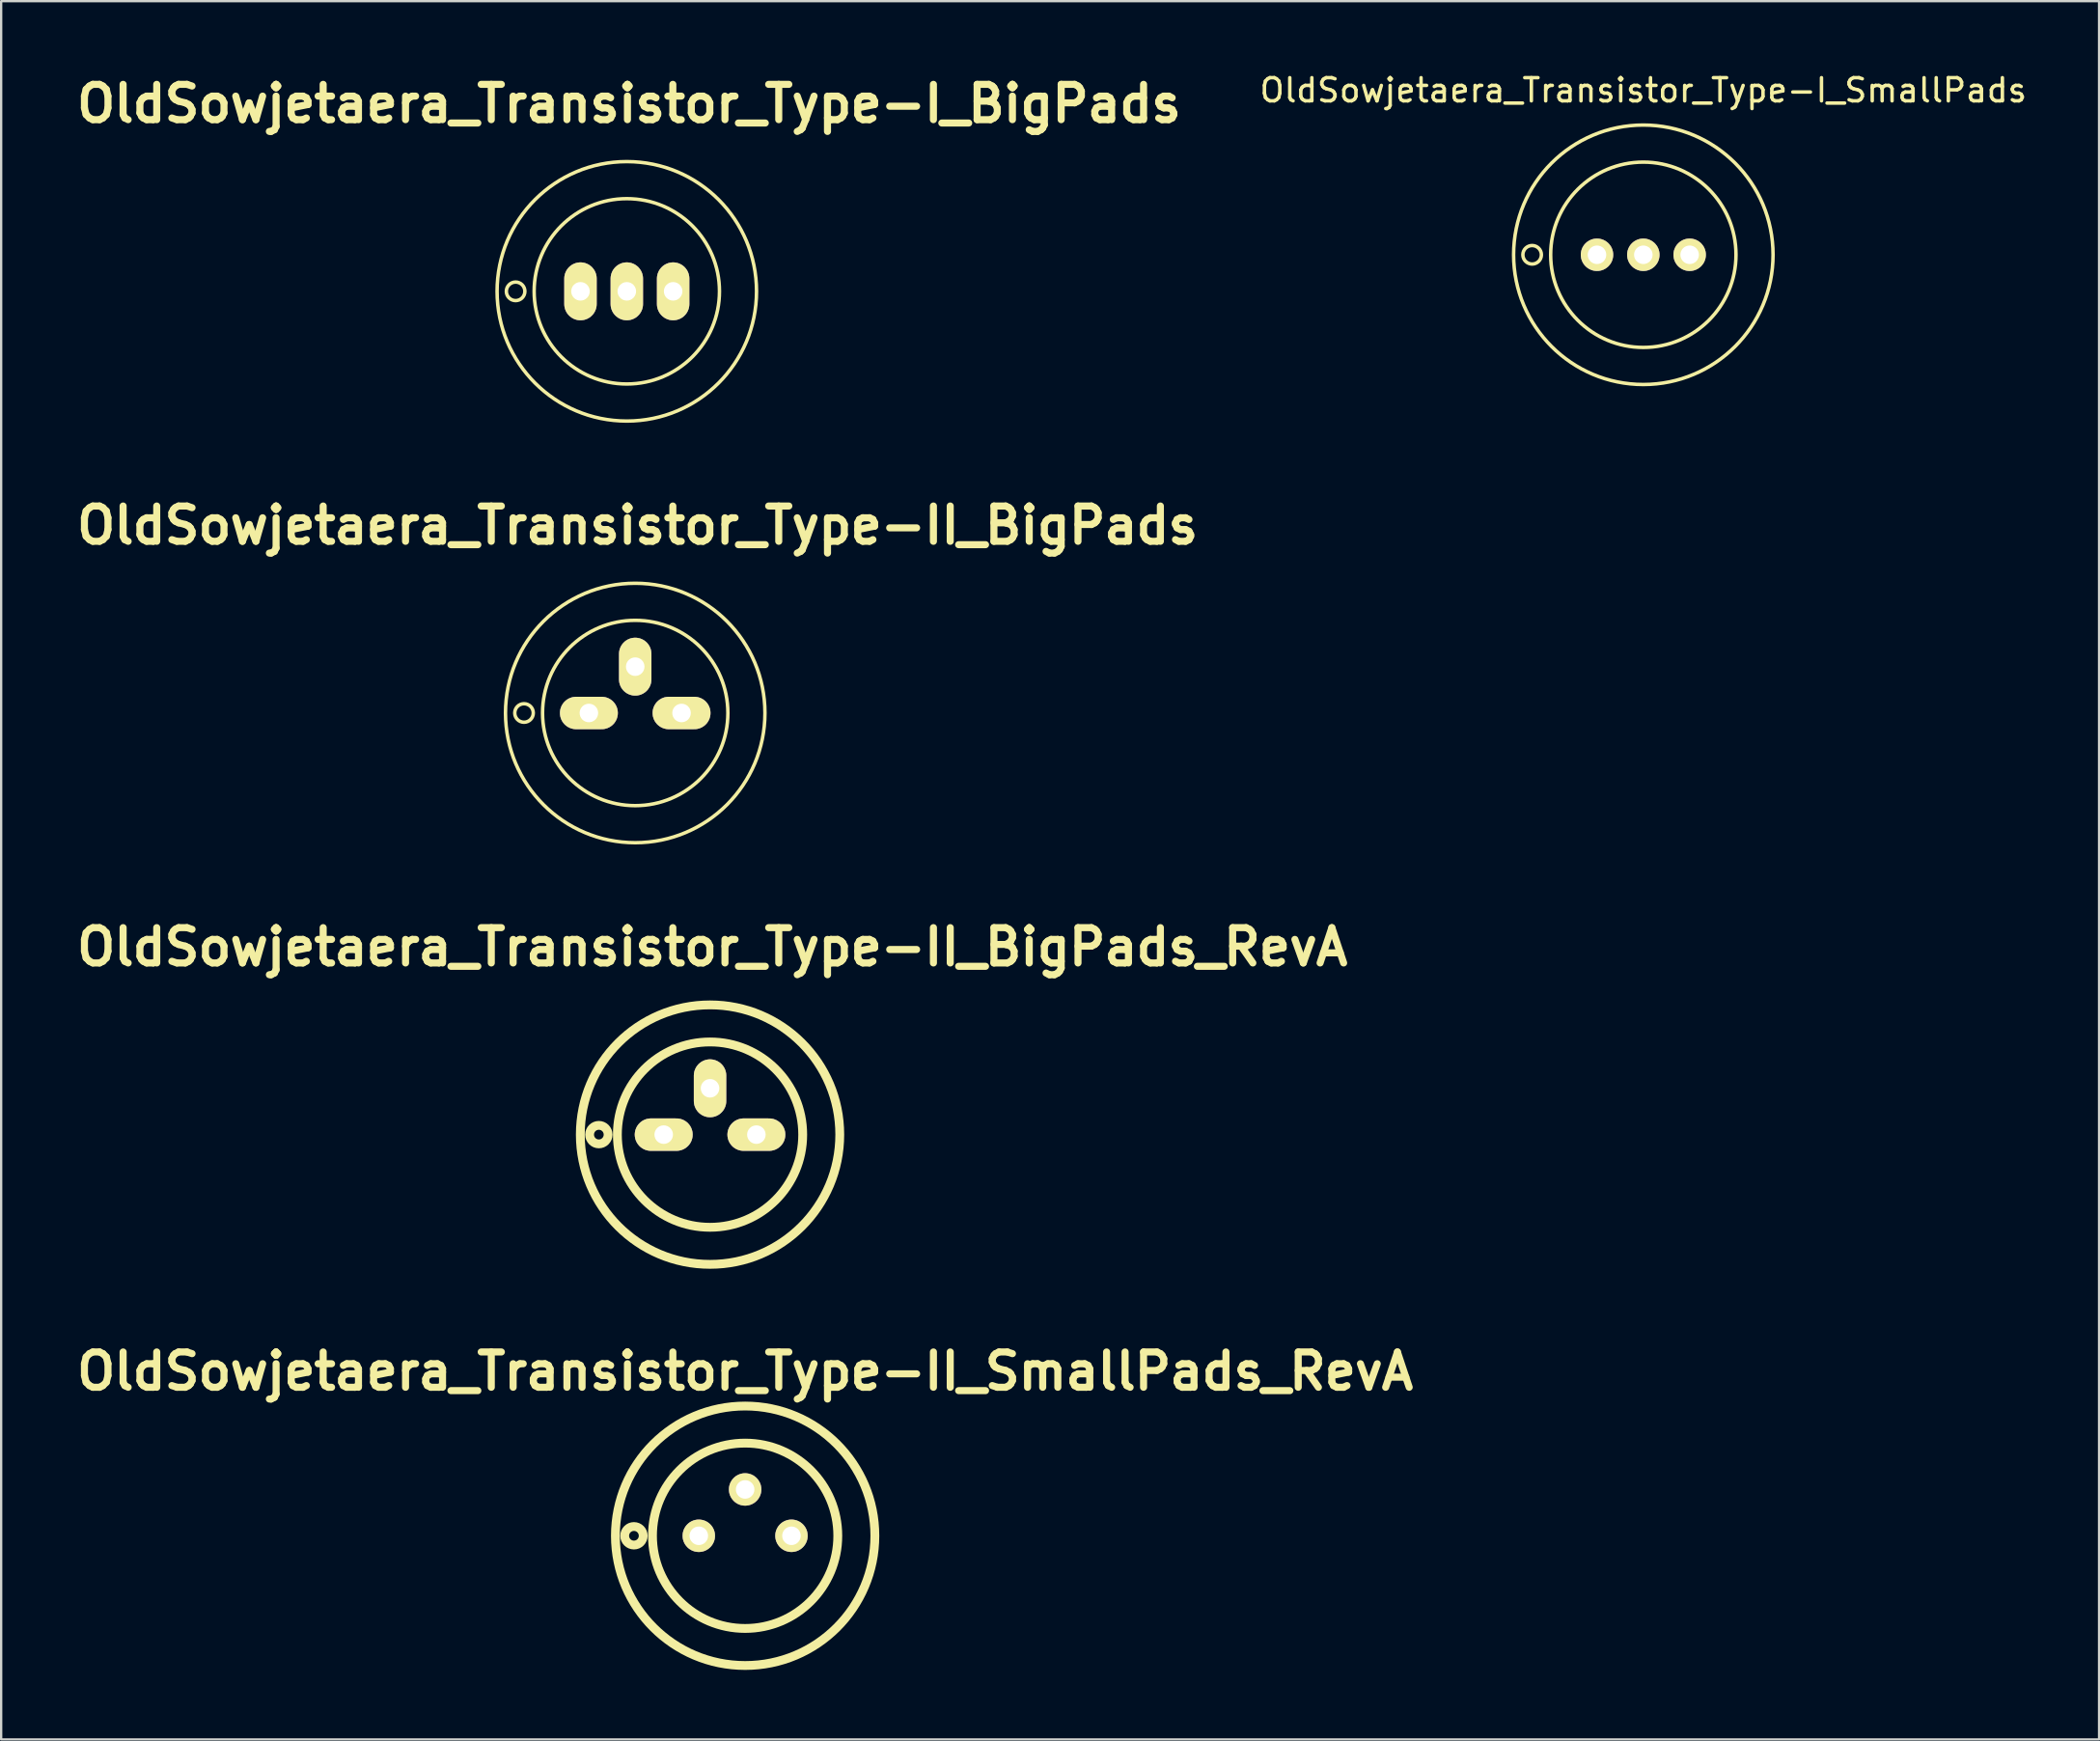
<source format=kicad_pcb>
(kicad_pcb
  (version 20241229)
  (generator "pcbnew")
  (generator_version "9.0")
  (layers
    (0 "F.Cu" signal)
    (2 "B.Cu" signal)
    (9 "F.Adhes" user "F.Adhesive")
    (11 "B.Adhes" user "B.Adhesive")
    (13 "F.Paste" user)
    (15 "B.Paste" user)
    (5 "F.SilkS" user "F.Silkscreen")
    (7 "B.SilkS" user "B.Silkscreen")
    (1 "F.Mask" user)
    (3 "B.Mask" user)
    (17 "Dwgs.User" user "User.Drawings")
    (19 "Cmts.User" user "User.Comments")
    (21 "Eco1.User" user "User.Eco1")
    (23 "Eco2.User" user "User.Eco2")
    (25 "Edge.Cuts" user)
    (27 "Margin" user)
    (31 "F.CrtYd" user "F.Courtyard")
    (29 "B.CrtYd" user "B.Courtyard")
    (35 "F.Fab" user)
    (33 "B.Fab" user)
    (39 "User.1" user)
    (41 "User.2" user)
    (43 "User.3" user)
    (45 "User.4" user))
  (footprint "OldSowjetaera_Transistor_Type-II_BigPads"
    (layer "F.Cu")
    (at 24.371 27.728)
    (property "Reference" "OldSowjetaera_Transistor_Type-II_BigPads" (at 0.1 -8.1 0) (layer "F.SilkS") (effects (font (size 1.524 1.524) (thickness 0.305))))
    (attr through_hole)
    (fp_circle (center -4.8 0) (end -4.8 0.4) (stroke (width 0.15) (type solid)) (fill no) (layer "F.SilkS"))
    (fp_circle (center 0 0) (end 4 0) (stroke (width 0.15) (type solid)) (fill no) (layer "F.SilkS"))
    (fp_circle (center 0 0) (end 5.6 0) (stroke (width 0.15) (type solid)) (fill no) (layer "F.SilkS"))
    (pad "1" thru_hole oval (at -2 0 90) (size 1.4 2.5) (drill 0.8) (layers "*.Cu" "*.Mask" "F.SilkS"))
    (pad "2" thru_hole oval (at 0 -2) (size 1.4 2.5) (drill 0.8) (layers "*.Cu" "*.Mask" "F.SilkS"))
    (pad "3" thru_hole oval (at 2 0 90) (size 1.4 2.5) (drill 0.8) (layers "*.Cu" "*.Mask" "F.SilkS")))
  (footprint "OldSowjetaera_Transistor_Type-I_SmallPads"
    (layer "F.Cu")
    (at 67.889 7.948)
    (property "Reference" "OldSowjetaera_Transistor_Type-I_SmallPads" (at 0 -7.1 0) (layer "F.SilkS") (effects (font (size 1 1) (thickness 0.15))))
    (attr through_hole)
    (fp_circle (center -4.8 0) (end -4.8 0.4) (stroke (width 0.15) (type solid)) (fill no) (layer "F.SilkS"))
    (fp_circle (center 0 0) (end 4 0) (stroke (width 0.15) (type solid)) (fill no) (layer "F.SilkS"))
    (fp_circle (center 0 0) (end 5.6 0) (stroke (width 0.15) (type solid)) (fill no) (layer "F.SilkS"))
    (pad "1" thru_hole circle (at -2 0) (size 1.4 1.4) (drill 0.8) (layers "*.Cu" "*.Mask" "F.SilkS"))
    (pad "2" thru_hole circle (at 0 0) (size 1.4 1.4) (drill 0.8) (layers "*.Cu" "*.Mask" "F.SilkS"))
    (pad "3" thru_hole circle (at 2 0) (size 1.4 1.4) (drill 0.8) (layers "*.Cu" "*.Mask" "F.SilkS")))
  (footprint "OldSowjetaera_Transistor_Type-I_BigPads"
    (layer "F.Cu")
    (at 24.008 9.526)
    (property "Reference" "OldSowjetaera_Transistor_Type-I_BigPads" (at 0.1 -8.1 0) (layer "F.SilkS") (effects (font (size 1.524 1.524) (thickness 0.305))))
    (attr through_hole)
    (fp_circle (center -4.8 0) (end -4.8 0.4) (stroke (width 0.15) (type solid)) (fill no) (layer "F.SilkS"))
    (fp_circle (center 0 0) (end 4 0) (stroke (width 0.15) (type solid)) (fill no) (layer "F.SilkS"))
    (fp_circle (center 0 0) (end 5.6 0) (stroke (width 0.15) (type solid)) (fill no) (layer "F.SilkS"))
    (pad "1" thru_hole oval (at -2 0) (size 1.4 2.5) (drill 0.8) (layers "*.Cu" "*.Mask" "F.SilkS"))
    (pad "2" thru_hole oval (at 0 0) (size 1.4 2.5) (drill 0.8) (layers "*.Cu" "*.Mask" "F.SilkS"))
    (pad "3" thru_hole oval (at 2 0) (size 1.4 2.5) (drill 0.8) (layers "*.Cu" "*.Mask" "F.SilkS")))
  (footprint "OldSowjetaera_Transistor_Type-II_SmallPads_RevA"
    (layer "F.Cu")
    (at 29.116 63.246)
    (property "Reference" "OldSowjetaera_Transistor_Type-II_SmallPads_RevA" (at 0 -7.1 0) (layer "F.SilkS") (effects (font (size 1.524 1.524) (thickness 0.305))))
    (attr through_hole)
    (fp_circle (center -4.8 0) (end -4.8 0.4) (stroke (width 0.381) (type solid)) (fill no) (layer "F.SilkS"))
    (fp_circle (center 0 0) (end 4 0) (stroke (width 0.381) (type solid)) (fill no) (layer "F.SilkS"))
    (fp_circle (center 0 0) (end 5.6 0) (stroke (width 0.381) (type solid)) (fill no) (layer "F.SilkS"))
    (pad "1" thru_hole circle (at -2 0) (size 1.4 1.4) (drill 0.8) (layers "*.Cu" "*.Mask" "F.SilkS"))
    (pad "2" thru_hole circle (at 0 -2) (size 1.4 1.4) (drill 0.8) (layers "*.Cu" "*.Mask" "F.SilkS"))
    (pad "3" thru_hole circle (at 2 0) (size 1.4 1.4) (drill 0.8) (layers "*.Cu" "*.Mask" "F.SilkS")))
  (footprint "OldSowjetaera_Transistor_Type-II_BigPads_RevA"
    (layer "F.Cu")
    (at 27.601 45.929)
    (property "Reference" "OldSowjetaera_Transistor_Type-II_BigPads_RevA" (at 0.1 -8.1 0) (layer "F.SilkS") (effects (font (size 1.524 1.524) (thickness 0.305))))
    (attr through_hole)
    (fp_circle (center -4.8 0) (end -4.8 0.4) (stroke (width 0.381) (type solid)) (fill no) (layer "F.SilkS"))
    (fp_circle (center 0 0) (end 4 0) (stroke (width 0.381) (type solid)) (fill no) (layer "F.SilkS"))
    (fp_circle (center 0 0) (end 5.6 0) (stroke (width 0.381) (type solid)) (fill no) (layer "F.SilkS"))
    (pad "1" thru_hole oval (at -2 0 90) (size 1.4 2.5) (drill 0.8) (layers "*.Cu" "*.Mask" "F.SilkS"))
    (pad "2" thru_hole oval (at 0 -2) (size 1.4 2.5) (drill 0.8) (layers "*.Cu" "*.Mask" "F.SilkS"))
    (pad "3" thru_hole oval (at 2 0 90) (size 1.4 2.5) (drill 0.8) (layers "*.Cu" "*.Mask" "F.SilkS")))
  (gr_rect
    (start -3 -3)
    (end 87.562 72.037)
    (stroke (width 0.1) (type default))
    (fill no)
    (layer "Edge.Cuts")))
</source>
